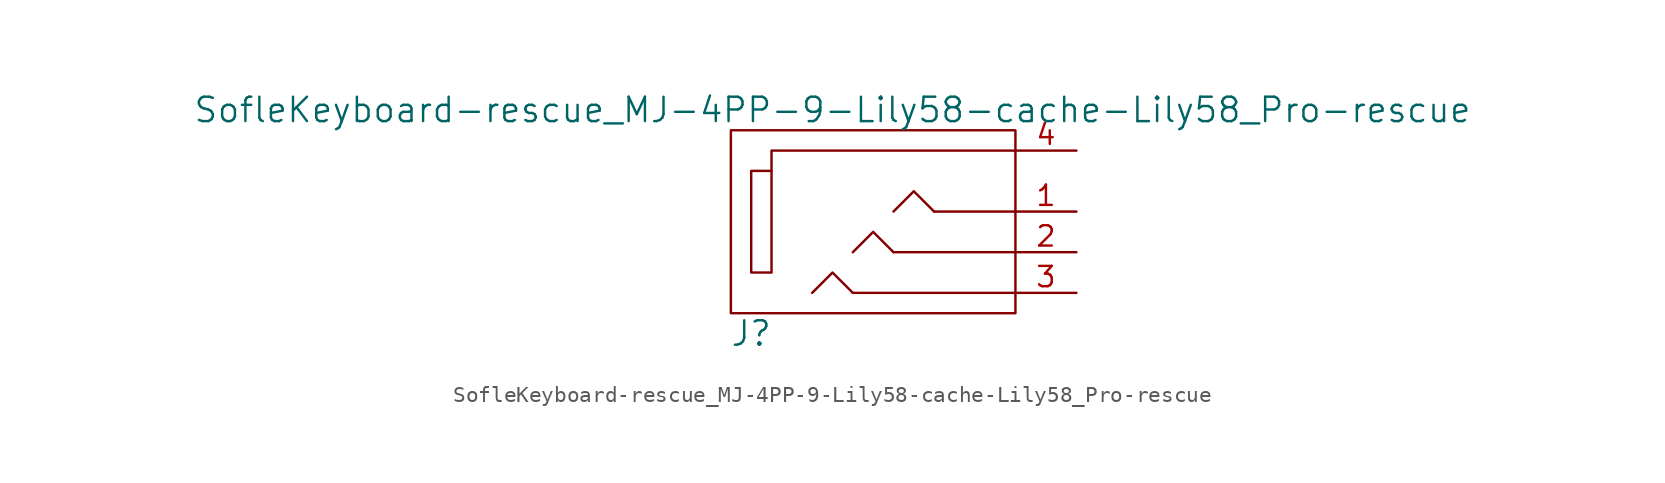
<source format=kicad_sym>
(kicad_symbol_lib
  (version 20211014)
  (generator kicad_symbol_editor)
  (symbol "SofleKeyboard-rescue_MJ-4PP-9-Lily58-cache-Lily58_Pro-rescue"
    (pin_names
      (offset 1.016))
    (property "Reference" "J"
      (at -8.89 -7.62 0)
      (effects (font (size 1.524 1.524))))
    (property "Value" "SofleKeyboard-rescue_MJ-4PP-9-Lily58-cache-Lily58_Pro-rescue"
      (at -3.81 6.35 0)
      (effects (font (size 1.524 1.524))))
    (property "Footprint" ""
      (at 0 0 0)
      (effects (font (size 1.524 1.524))))
    (property "Datasheet" ""
      (at 0 0 0)
      (effects (font (size 1.524 1.524))))
    (symbol "SofleKeyboard-rescue_MJ-4PP-9-Lily58-cache-Lily58_Pro-rescue_0_1"
      (rectangle (start -7.62 2.54) (end -8.89 -3.81) (stroke (width 0) (type default) (color 0 0 0 0)) (fill (type none)))
      (polyline (pts (xy 2.54 0) (xy 7.62 0)) (stroke (width 0) (type default) (color 0 0 0 0)) (fill (type none)))
      (polyline (pts (xy -2.54 -5.08) (xy 7.62 -5.08) (xy 7.62 -5.08)) (stroke (width 0) (type default) (color 0 0 0 0)) (fill (type none)))
      (polyline (pts (xy 0 -2.54) (xy -1.27 -1.27) (xy -2.54 -2.54)) (stroke (width 0) (type default) (color 0 0 0 0)) (fill (type none)))
      (polyline (pts (xy 0 0) (xy 1.27 1.27) (xy 2.54 0)) (stroke (width 0) (type default) (color 0 0 0 0)) (fill (type none)))
      (polyline (pts (xy 7.62 3.81) (xy -7.62 3.81) (xy -7.62 2.54)) (stroke (width 0) (type default) (color 0 0 0 0)) (fill (type none)))
      (polyline (pts (xy -2.54 -5.08) (xy -3.81 -3.81) (xy -5.08 -5.08) (xy -5.08 -5.08)) (stroke (width 0) (type default) (color 0 0 0 0)) (fill (type none)))
      (polyline (pts (xy 0 -2.54) (xy 7.62 -2.54) (xy 7.62 -2.54) (xy 7.62 -2.54)) (stroke (width 0) (type default) (color 0 0 0 0)) (fill (type none)))
      (rectangle (start 7.62 -6.35) (end -10.16 5.08) (stroke (width 0) (type default) (color 0 0 0 0)) (fill (type none))))
    (symbol "SofleKeyboard-rescue_MJ-4PP-9-Lily58-cache-Lily58_Pro-rescue_1_1"
      (pin passive line (at 11.43 0 180) (length 3.81) (name "~" (effects (font (size 1.27 1.27)))) (number "1" (effects (font (size 1.27 1.27)))))
      (pin passive line (at 11.43 -2.54 180) (length 3.81) (name "~" (effects (font (size 1.27 1.27)))) (number "2" (effects (font (size 1.27 1.27)))))
      (pin passive line (at 11.43 -5.08 180) (length 3.81) (name "~" (effects (font (size 1.27 1.27)))) (number "3" (effects (font (size 1.27 1.27)))))
      (pin passive line (at 11.43 3.81 180) (length 3.81) (name "~" (effects (font (size 1.27 1.27)))) (number "4" (effects (font (size 1.27 1.27))))))))
</source>
